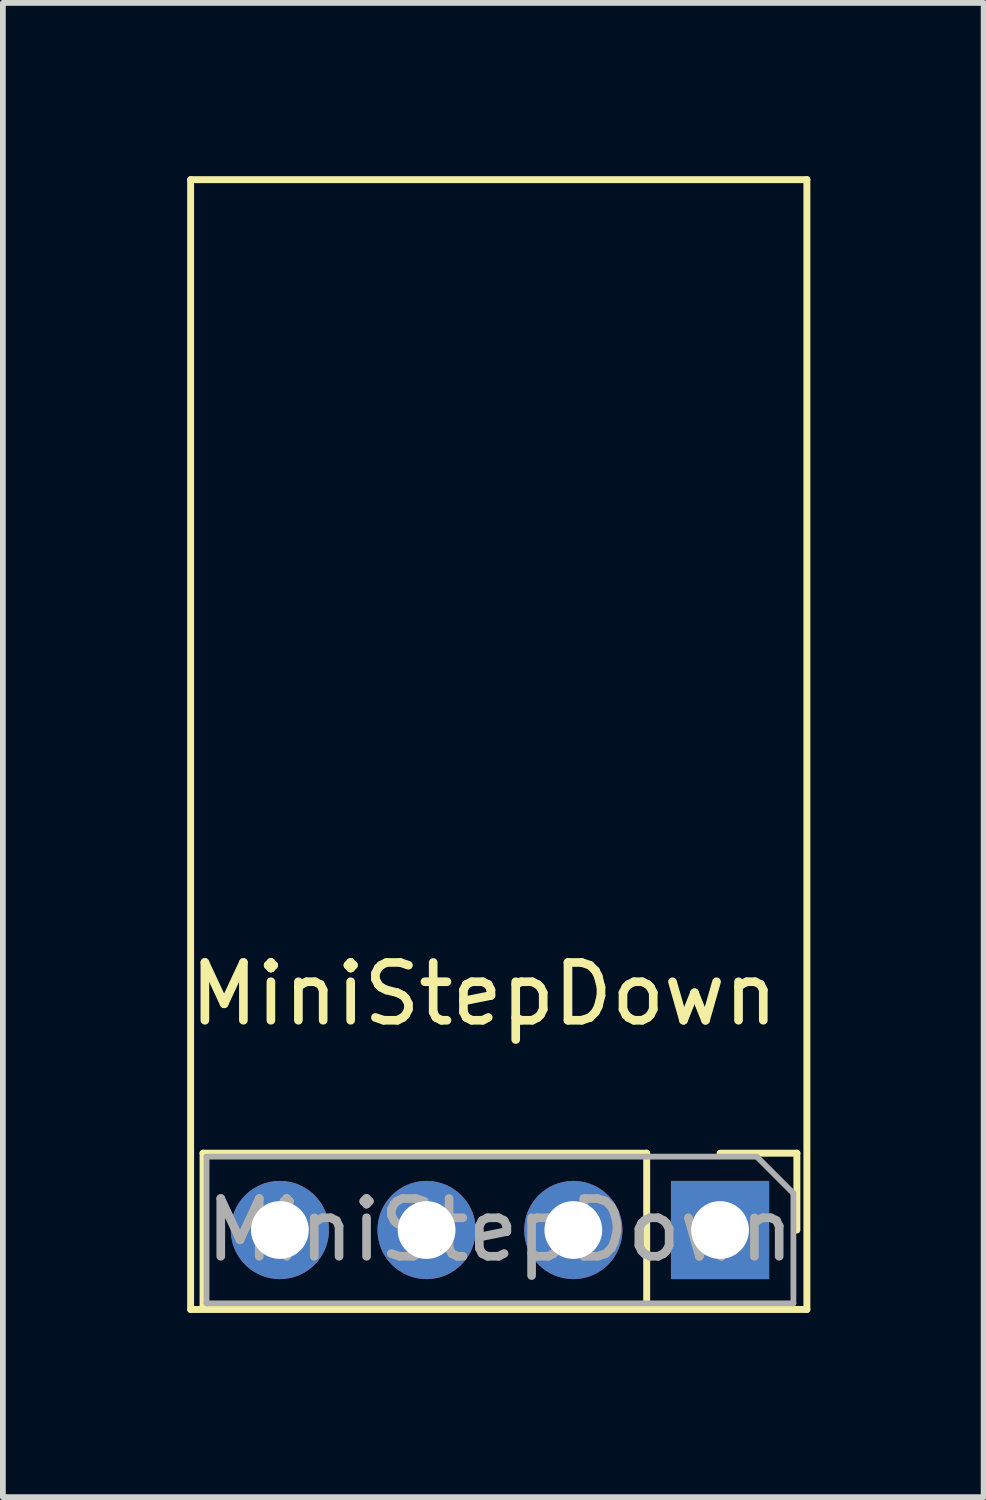
<source format=kicad_pcb>
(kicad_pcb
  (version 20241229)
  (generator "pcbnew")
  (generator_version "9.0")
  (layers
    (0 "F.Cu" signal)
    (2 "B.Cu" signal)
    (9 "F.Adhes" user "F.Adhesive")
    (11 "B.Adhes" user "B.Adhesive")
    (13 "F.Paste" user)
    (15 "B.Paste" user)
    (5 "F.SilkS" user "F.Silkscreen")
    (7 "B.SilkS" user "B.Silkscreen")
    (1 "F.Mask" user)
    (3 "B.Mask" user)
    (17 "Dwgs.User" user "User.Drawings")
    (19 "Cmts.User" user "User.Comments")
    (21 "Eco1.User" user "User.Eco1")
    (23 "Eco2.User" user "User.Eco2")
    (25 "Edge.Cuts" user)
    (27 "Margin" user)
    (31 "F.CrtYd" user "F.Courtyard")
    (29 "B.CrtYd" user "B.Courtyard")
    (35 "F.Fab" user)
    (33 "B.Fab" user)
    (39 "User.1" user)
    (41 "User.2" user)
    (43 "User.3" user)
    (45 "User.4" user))
  (footprint "MiniStepDown"
    (layer "F.Cu")
    (at 0.25 19.618)
    (property "Reference" "MiniStepDown" (at 5.08 -5.461 0) (layer "F.SilkS") (effects (font (size 1 1) (thickness 0.15))))
    (attr through_hole)
    (fp_line (start 0 -19.558) (end 0 0) (stroke (width 0.12) (type solid)) (layer "F.SilkS"))
    (fp_line (start 0 0) (end 10.668 0) (stroke (width 0.12) (type solid)) (layer "F.SilkS"))
    (fp_line (start 0.215 -2.705) (end 0.215 -0.045) (stroke (width 0.12) (type solid)) (layer "F.SilkS"))
    (fp_line (start 7.895 -2.705) (end 0.215 -2.705) (stroke (width 0.12) (type solid)) (layer "F.SilkS"))
    (fp_line (start 7.895 -2.705) (end 7.895 -0.045) (stroke (width 0.12) (type solid)) (layer "F.SilkS"))
    (fp_line (start 7.895 -0.045) (end 0.215 -0.045) (stroke (width 0.12) (type solid)) (layer "F.SilkS"))
    (fp_line (start 9.165 -2.705) (end 10.495 -2.705) (stroke (width 0.12) (type solid)) (layer "F.SilkS"))
    (fp_line (start 10.495 -2.705) (end 10.495 -1.375) (stroke (width 0.12) (type solid)) (layer "F.SilkS"))
    (fp_line (start 10.668 -19.558) (end 0 -19.558) (stroke (width 0.12) (type solid)) (layer "F.SilkS"))
    (fp_line (start 10.668 0) (end 10.668 -19.558) (stroke (width 0.12) (type solid)) (layer "F.SilkS"))
    (fp_line (start 0.275 -2.645) (end 9.8 -2.645) (stroke (width 0.1) (type solid)) (layer "F.Fab"))
    (fp_line (start 0.275 -0.105) (end 0.275 -2.645) (stroke (width 0.1) (type solid)) (layer "F.Fab"))
    (fp_line (start 9.8 -2.645) (end 10.435 -2.01) (stroke (width 0.1) (type solid)) (layer "F.Fab"))
    (fp_line (start 10.435 -2.01) (end 10.435 -0.105) (stroke (width 0.1) (type solid)) (layer "F.Fab"))
    (fp_line (start 10.435 -0.105) (end 0.275 -0.105) (stroke (width 0.1) (type solid)) (layer "F.Fab"))
    (fp_text user "${REFERENCE}" (at 5.355 -1.375 0) (layer "F.Fab") (effects (font (size 1 1) (thickness 0.15))))
    (pad "1" thru_hole rect (at 9.165 -1.375 270) (size 1.7 1.7) (drill 1) (layers "*.Cu" "*.Mask"))
    (pad "2" thru_hole oval (at 6.625 -1.375 270) (size 1.7 1.7) (drill 1) (layers "*.Cu" "*.Mask"))
    (pad "3" thru_hole oval (at 4.085 -1.375 270) (size 1.7 1.7) (drill 1) (layers "*.Cu" "*.Mask"))
    (pad "4" thru_hole oval (at 1.545 -1.375 270) (size 1.7 1.7) (drill 1) (layers "*.Cu" "*.Mask")))
  (gr_rect
    (start -3 -3)
    (end 13.978 22.868)
    (stroke (width 0.1) (type default))
    (fill no)
    (layer "Edge.Cuts")))
</source>
